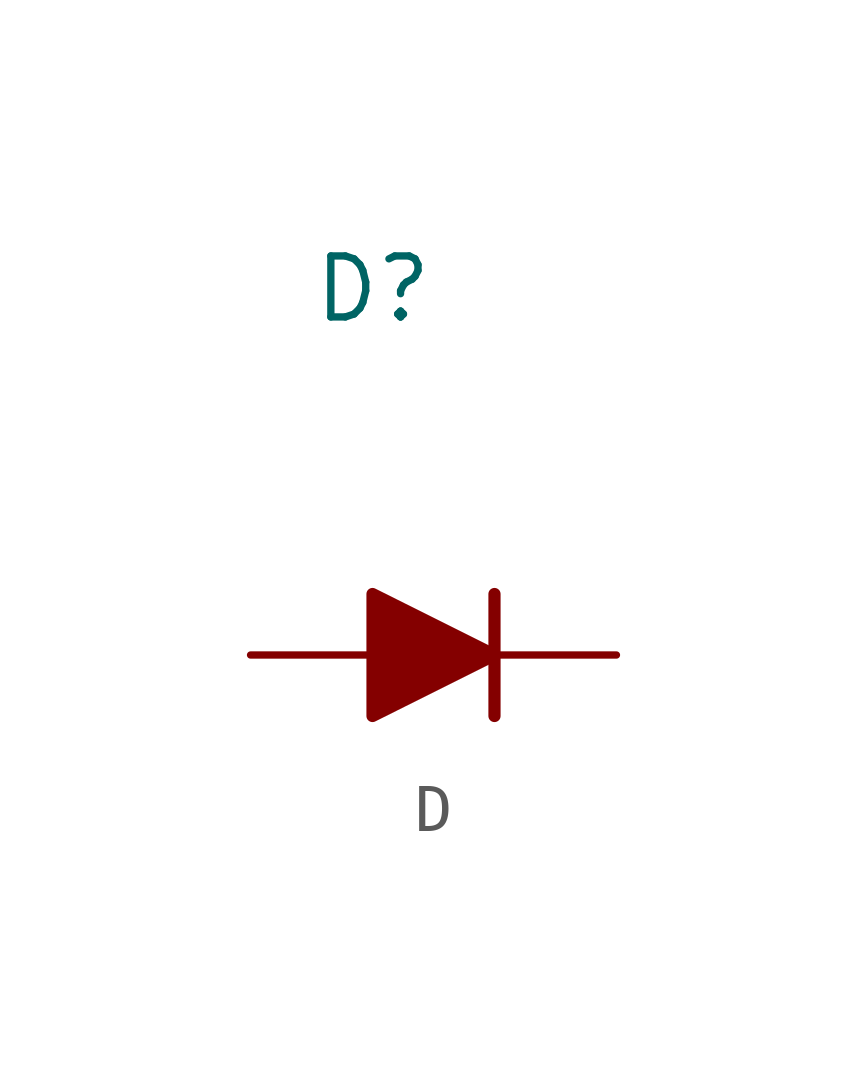
<source format=kicad_sym>
(kicad_symbol_lib
  (version 20241209)
  (generator "kicad_symbol_editor")
  (generator_version "9.0")
  (symbol "D"
    (pin_numbers
      (hide yes))
    (pin_names
      (offset 1.016)
      (hide yes))
    (property "Reference" "D"
      (at 1.27 7.62 0)
      (effects (font (size 1.27 1.27)) (justify left)))
    (symbol "D_0_1"
      (polyline (pts (xy 2.54 1.27) (xy 2.54 -1.27) (xy 5.08 0) (xy 2.54 1.27)) (stroke (width 0.254) (type default)) (fill (type outline)))
      (polyline (pts (xy 5.08 1.27) (xy 5.08 -1.27)) (stroke (width 0.254) (type default)) (fill (type none))))
    (symbol "D_1_1"
      (pin passive line (at 0 0 0) (length 2.54) (name "A" (effects (font (size 1.27 1.27)))) (number "2" (effects (font (size 1.27 1.27)))))
      (pin passive line (at 7.62 0 180) (length 2.54) (name "K" (effects (font (size 1.27 1.27)))) (number "1" (effects (font (size 1.27 1.27))))))))
</source>
